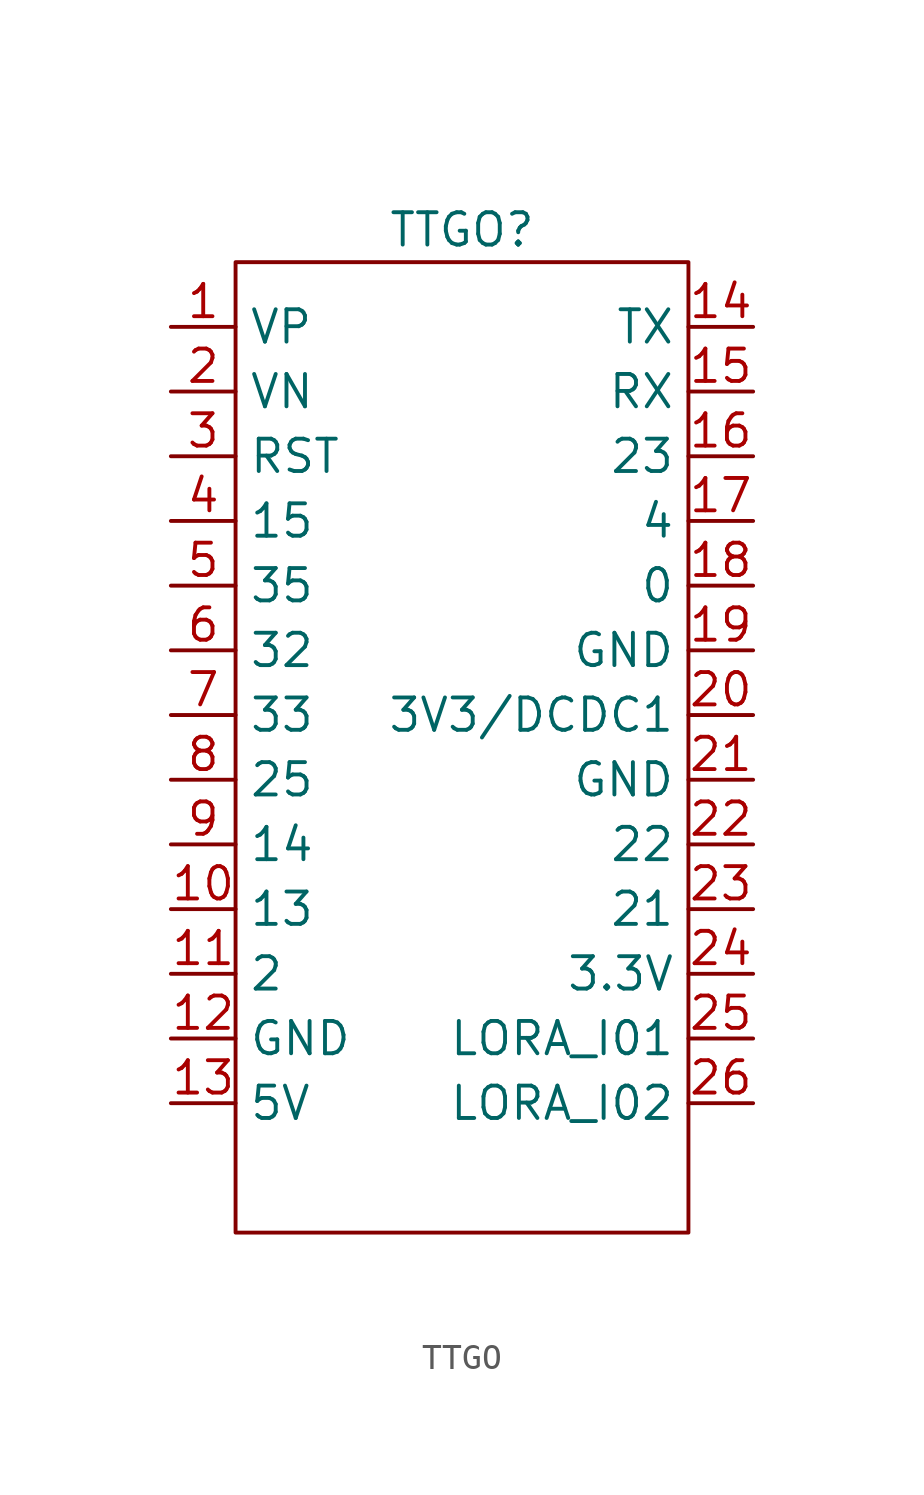
<source format=kicad_sym>
(kicad_symbol_lib
  (version 20220914)
  (generator kicad_symbol_editor)
  (symbol "TTGO"
    (property "Reference" "TTGO"
      (at 0 12.7 0)
      (effects (font (size 1.27 1.27))))
    (property "Value" ""
      (at -11.43 8.89 0)
      (effects (font (size 1.27 1.27))))
    (symbol "TTGO_0_1"
      (rectangle (start -8.89 11.43) (end 8.89 -26.67) (stroke (width 0) (type default)) (fill (type none))))
    (symbol "TTGO_1_0"
      (pin input line (at -11.43 8.89 0) (length 2.54) (name "VP" (effects (font (size 1.27 1.27)))) (number "1" (effects (font (size 1.27 1.27)))))
      (pin bidirectional line (at -11.43 -13.97 0) (length 2.54) (name "13" (effects (font (size 1.27 1.27)))) (number "10" (effects (font (size 1.27 1.27)))))
      (pin bidirectional line (at -11.43 -16.51 0) (length 2.54) (name "2" (effects (font (size 1.27 1.27)))) (number "11" (effects (font (size 1.27 1.27)))))
      (pin power_out line (at -11.43 -19.05 0) (length 2.54) (name "GND" (effects (font (size 1.27 1.27)))) (number "12" (effects (font (size 1.27 1.27)))))
      (pin power_in line (at -11.43 -21.59 0) (length 2.54) (name "5V" (effects (font (size 1.27 1.27)))) (number "13" (effects (font (size 1.27 1.27)))))
      (pin bidirectional line (at 11.43 8.89 180) (length 2.54) (name "TX" (effects (font (size 1.27 1.27)))) (number "14" (effects (font (size 1.27 1.27)))))
      (pin bidirectional line (at 11.43 6.35 180) (length 2.54) (name "RX" (effects (font (size 1.27 1.27)))) (number "15" (effects (font (size 1.27 1.27)))))
      (pin input line (at 11.43 3.81 180) (length 2.54) (name "23" (effects (font (size 1.27 1.27)))) (number "16" (effects (font (size 1.27 1.27)))))
      (pin bidirectional line (at 11.43 1.27 180) (length 2.54) (name "4" (effects (font (size 1.27 1.27)))) (number "17" (effects (font (size 1.27 1.27)))))
      (pin bidirectional line (at 11.43 -1.27 180) (length 2.54) (name "0" (effects (font (size 1.27 1.27)))) (number "18" (effects (font (size 1.27 1.27)))))
      (pin power_out line (at 11.43 -3.81 180) (length 2.54) (name "GND" (effects (font (size 1.27 1.27)))) (number "19" (effects (font (size 1.27 1.27)))))
      (pin input line (at -11.43 6.35 0) (length 2.54) (name "VN" (effects (font (size 1.27 1.27)))) (number "2" (effects (font (size 1.27 1.27)))))
      (pin power_in line (at 11.43 -6.35 180) (length 2.54) (name "3V3/DCDC1" (effects (font (size 1.27 1.27)))) (number "20" (effects (font (size 1.27 1.27)))))
      (pin power_out line (at 11.43 -8.89 180) (length 2.54) (name "GND" (effects (font (size 1.27 1.27)))) (number "21" (effects (font (size 1.27 1.27)))))
      (pin bidirectional line (at 11.43 -11.43 180) (length 2.54) (name "22" (effects (font (size 1.27 1.27)))) (number "22" (effects (font (size 1.27 1.27)))))
      (pin bidirectional line (at 11.43 -13.97 180) (length 2.54) (name "21" (effects (font (size 1.27 1.27)))) (number "23" (effects (font (size 1.27 1.27)))))
      (pin power_in line (at 11.43 -16.51 180) (length 2.54) (name "3.3V" (effects (font (size 1.27 1.27)))) (number "24" (effects (font (size 1.27 1.27)))))
      (pin bidirectional line (at 11.43 -19.05 180) (length 2.54) (name "LORA_I01" (effects (font (size 1.27 1.27)))) (number "25" (effects (font (size 1.27 1.27)))))
      (pin bidirectional line (at 11.43 -21.59 180) (length 2.54) (name "LORA_I02" (effects (font (size 1.27 1.27)))) (number "26" (effects (font (size 1.27 1.27)))))
      (pin input line (at -11.43 3.81 0) (length 2.54) (name "RST" (effects (font (size 1.27 1.27)))) (number "3" (effects (font (size 1.27 1.27)))))
      (pin bidirectional line (at -11.43 1.27 0) (length 2.54) (name "15" (effects (font (size 1.27 1.27)))) (number "4" (effects (font (size 1.27 1.27)))))
      (pin input line (at -11.43 -1.27 0) (length 2.54) (name "35" (effects (font (size 1.27 1.27)))) (number "5" (effects (font (size 1.27 1.27)))))
      (pin bidirectional line (at -11.43 -3.81 0) (length 2.54) (name "32" (effects (font (size 1.27 1.27)))) (number "6" (effects (font (size 1.27 1.27)))))
      (pin bidirectional line (at -11.43 -6.35 0) (length 2.54) (name "33" (effects (font (size 1.27 1.27)))) (number "7" (effects (font (size 1.27 1.27)))))
      (pin input line (at -11.43 -8.89 0) (length 2.54) (name "25" (effects (font (size 1.27 1.27)))) (number "8" (effects (font (size 1.27 1.27)))))
      (pin bidirectional line (at -11.43 -11.43 0) (length 2.54) (name "14" (effects (font (size 1.27 1.27)))) (number "9" (effects (font (size 1.27 1.27))))))))
</source>
